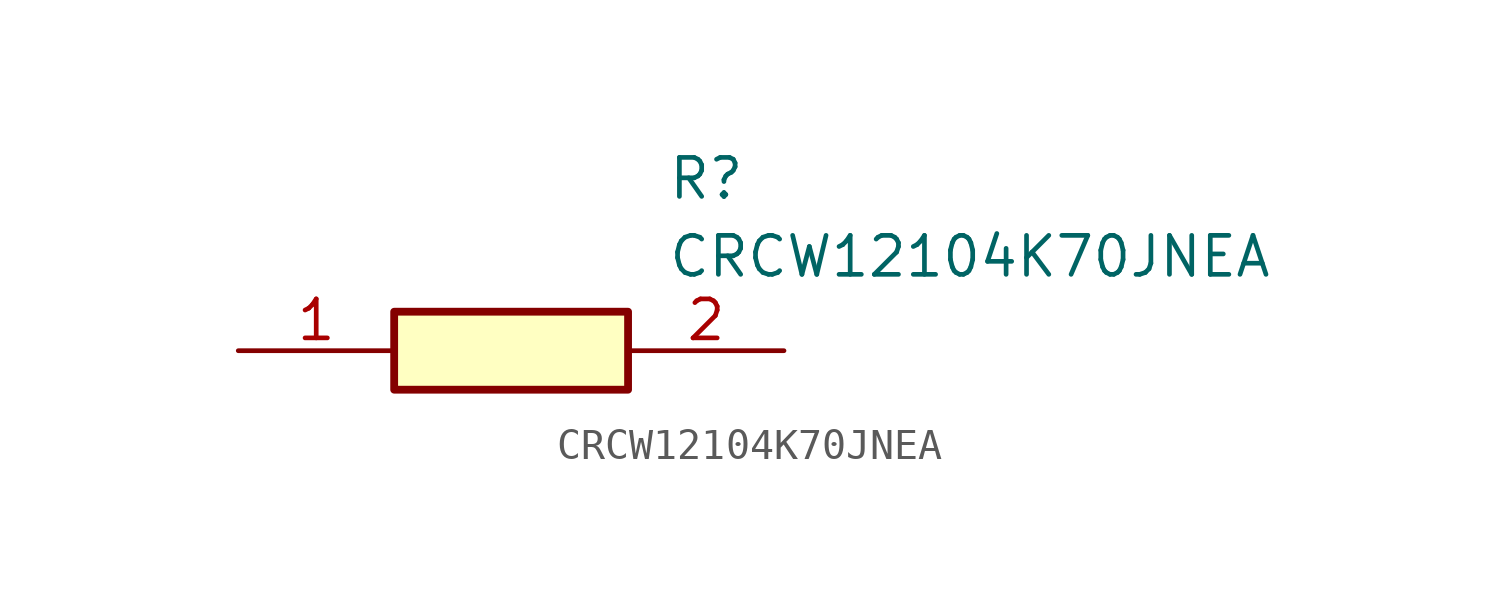
<source format=kicad_sym>
(kicad_symbol_lib
  (version 20211014)
  (generator SamacSys_ECAD_Model)
  (symbol "CRCW12104K70JNEA"
    (pin_names hide)
    (property "Reference" "R"
      (at 13.97 6.35 0)
      (effects (font (size 1.27 1.27)) (justify left top)))
    (property "Value" "CRCW12104K70JNEA"
      (at 13.97 3.81 0)
      (effects (font (size 1.27 1.27)) (justify left top)))
    (rectangle
      (start 5.08 1.27)
      (end 12.7 -1.27)
      (stroke (width 0.254) (type default))
      (fill (type background)))
    (pin passive line
      (at 0 0 0)
      (length 5.08)
      (name "1" (effects (font (size 1.27 1.27))))
      (number "1" (effects (font (size 1.27 1.27)))))
    (pin passive line
      (at 17.78 0 180)
      (length 5.08)
      (name "2" (effects (font (size 1.27 1.27))))
      (number "2" (effects (font (size 1.27 1.27)))))))
</source>
